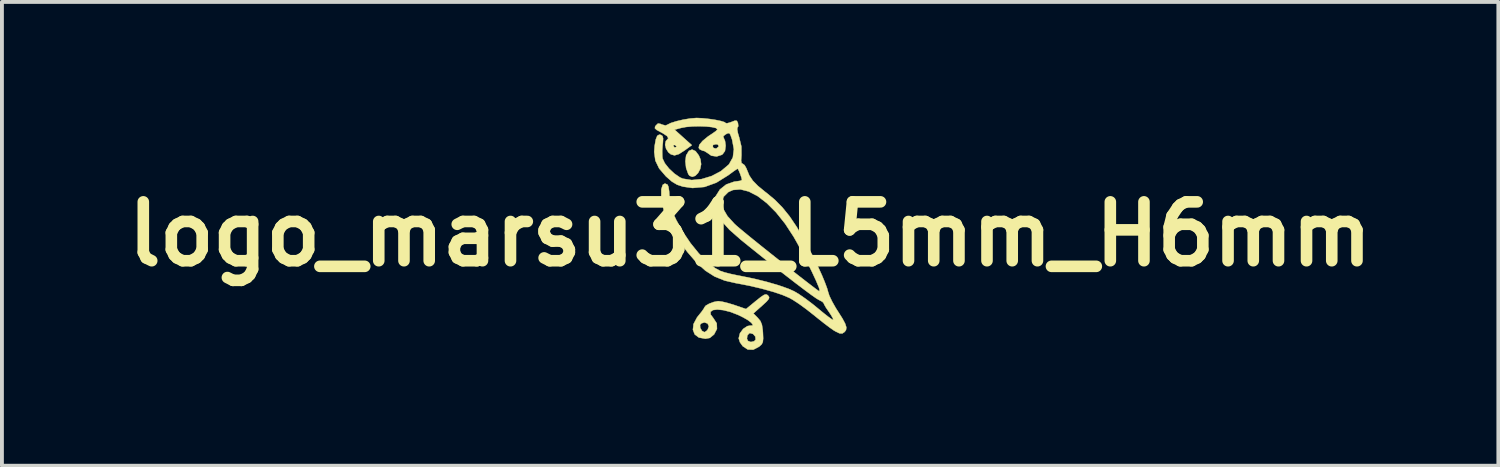
<source format=kicad_pcb>
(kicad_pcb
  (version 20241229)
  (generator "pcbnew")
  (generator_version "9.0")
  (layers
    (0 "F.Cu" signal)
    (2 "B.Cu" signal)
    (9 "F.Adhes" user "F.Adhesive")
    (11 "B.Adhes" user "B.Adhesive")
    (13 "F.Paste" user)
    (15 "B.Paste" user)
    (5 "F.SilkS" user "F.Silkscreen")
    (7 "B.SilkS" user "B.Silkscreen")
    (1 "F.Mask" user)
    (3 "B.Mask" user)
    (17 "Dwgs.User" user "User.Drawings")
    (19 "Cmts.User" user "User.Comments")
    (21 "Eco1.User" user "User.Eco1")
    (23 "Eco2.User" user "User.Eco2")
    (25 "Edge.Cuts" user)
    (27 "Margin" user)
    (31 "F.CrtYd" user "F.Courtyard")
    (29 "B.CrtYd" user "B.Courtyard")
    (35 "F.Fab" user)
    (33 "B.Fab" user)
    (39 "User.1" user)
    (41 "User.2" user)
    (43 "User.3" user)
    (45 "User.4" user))
  (footprint "logo_marsu31_L5mm_H6mm"
    (layer "F.Cu")
    (at 16.372 3.011)
    (property "Reference" "logo_marsu31_L5mm_H6mm" (at 0 0 0) (layer "F.SilkS") (effects (font (size 1.524 1.524) (thickness 0.3))))
    (attr through_hole)
    (fp_poly (pts (xy -1.413 -2.148) (xy -1.329 -2.037) (xy -1.286 -1.935) (xy -1.269 -1.81) (xy -1.293 -1.687) (xy -1.348 -1.582) (xy -1.421 -1.509) (xy -1.5 -1.482) (xy -1.573 -1.514) (xy -1.603 -1.557) (xy -1.658 -1.712) (xy -1.677 -1.886) (xy -1.658 -2.035) (xy -1.654 -2.044) (xy -1.586 -2.155) (xy -1.502 -2.189) (xy -1.413 -2.148)) (stroke (width 0.01) (type solid)) (fill yes) (layer "F.SilkS"))
    (fp_poly (pts (xy 0.452 1.579) (xy 0.465 1.592) (xy 0.492 1.632) (xy 0.484 1.676) (xy 0.431 1.741) (xy 0.323 1.841) (xy 0.306 1.856) (xy 0.084 2.054) (xy 0.198 2.169) (xy 0.266 2.251) (xy 0.305 2.347) (xy 0.326 2.487) (xy 0.331 2.553) (xy 0.337 2.703) (xy 0.328 2.795) (xy 0.297 2.855) (xy 0.236 2.911) (xy 0.232 2.914) (xy 0.081 2.993) (xy -0.062 2.988) (xy -0.192 2.902) (xy -0.264 2.801) (xy -0.293 2.711) (xy -0.083 2.711) (xy -0.056 2.766) (xy 0.019 2.794) (xy 0.103 2.774) (xy 0.142 2.732) (xy 0.134 2.653) (xy 0.076 2.586) (xy -0.003 2.563) (xy -0.022 2.567) (xy -0.073 2.625) (xy -0.083 2.711) (xy -0.293 2.711) (xy -0.296 2.7) (xy -0.296 2.696) (xy -0.264 2.568) (xy -0.181 2.455) (xy -0.073 2.383) (xy -0.012 2.371) (xy 0.064 2.366) (xy 0.064 2.337) (xy 0.025 2.291) (xy -0.05 2.232) (xy -0.175 2.159) (xy -0.309 2.093) (xy -0.514 2.014) (xy -0.698 1.968) (xy -0.851 1.953) (xy -0.963 1.967) (xy -1.024 2.011) (xy -1.023 2.081) (xy -0.954 2.174) (xy -0.865 2.31) (xy -0.859 2.454) (xy -0.934 2.598) (xy -1.044 2.688) (xy -1.158 2.709) (xy -1.326 2.679) (xy -1.435 2.597) (xy -1.482 2.475) (xy -1.467 2.35) (xy -1.297 2.35) (xy -1.293 2.427) (xy -1.247 2.505) (xy -1.185 2.54) (xy -1.185 2.54) (xy -1.135 2.511) (xy -1.101 2.477) (xy -1.068 2.388) (xy -1.102 2.315) (xy -1.185 2.286) (xy -1.267 2.313) (xy -1.297 2.35) (xy -1.467 2.35) (xy -1.464 2.325) (xy -1.375 2.158) (xy -1.333 2.105) (xy -1.251 2.003) (xy -1.197 1.925) (xy -1.185 1.898) (xy -1.149 1.852) (xy -1.059 1.801) (xy -0.944 1.758) (xy -0.835 1.737) (xy -0.817 1.737) (xy -0.718 1.751) (xy -0.571 1.787) (xy -0.407 1.837) (xy -0.402 1.839) (xy -0.106 1.94) (xy 0.147 1.732) (xy 0.277 1.629) (xy 0.36 1.574) (xy 0.413 1.56) (xy 0.452 1.579)) (stroke (width 0.01) (type solid)) (fill yes) (layer "F.SilkS"))
    (fp_poly (pts (xy -1.227 -2.999) (xy -1.058 -2.981) (xy -0.893 -2.956) (xy -0.754 -2.927) (xy -0.662 -2.898) (xy -0.635 -2.876) (xy -0.601 -2.868) (xy -0.517 -2.891) (xy -0.49 -2.901) (xy -0.393 -2.938) (xy -0.345 -2.933) (xy -0.319 -2.884) (xy -0.315 -2.869) (xy -0.307 -2.792) (xy -0.326 -2.763) (xy -0.336 -2.719) (xy -0.317 -2.615) (xy -0.285 -2.507) (xy -0.227 -2.268) (xy -0.225 -2.043) (xy -0.234 -1.907) (xy -0.222 -1.838) (xy -0.191 -1.82) (xy -0.143 -1.784) (xy -0.093 -1.693) (xy -0.082 -1.662) (xy -0.021 -1.516) (xy 0.069 -1.383) (xy 0.202 -1.247) (xy 0.392 -1.091) (xy 0.432 -1.061) (xy 0.64 -0.888) (xy 0.834 -0.691) (xy 1.021 -0.46) (xy 1.207 -0.184) (xy 1.4 0.145) (xy 1.607 0.538) (xy 1.769 0.869) (xy 1.859 1.066) (xy 1.936 1.252) (xy 1.992 1.403) (xy 2.018 1.495) (xy 2.052 1.6) (xy 2.124 1.749) (xy 2.219 1.917) (xy 2.271 1.998) (xy 2.39 2.186) (xy 2.461 2.32) (xy 2.491 2.415) (xy 2.482 2.483) (xy 2.447 2.532) (xy 2.386 2.573) (xy 2.315 2.57) (xy 2.209 2.519) (xy 2.159 2.489) (xy 2.066 2.424) (xy 1.928 2.32) (xy 1.766 2.192) (xy 1.632 2.084) (xy 1.453 1.943) (xy 1.269 1.809) (xy 1.104 1.701) (xy 1.013 1.65) (xy 0.827 1.571) (xy 0.578 1.489) (xy 0.286 1.408) (xy -0.028 1.335) (xy -0.343 1.274) (xy -0.36 1.272) (xy -0.658 1.204) (xy -0.919 1.099) (xy -1.157 0.948) (xy -1.387 0.74) (xy -1.624 0.465) (xy -1.698 0.369) (xy -1.932 0.027) (xy -2.113 -0.307) (xy -2.238 -0.622) (xy -2.301 -0.908) (xy -2.3 -1.155) (xy -2.3 -1.16) (xy -2.264 -1.275) (xy -2.206 -1.31) (xy -2.138 -1.28) (xy -2.115 -1.224) (xy -2.097 -1.11) (xy -2.089 -0.979) (xy -2.079 -0.824) (xy -2.049 -0.684) (xy -1.99 -0.529) (xy -1.913 -0.365) (xy -1.741 -0.058) (xy -1.544 0.234) (xy -1.332 0.496) (xy -1.116 0.716) (xy -0.91 0.879) (xy -0.77 0.955) (xy -0.662 0.991) (xy -0.5 1.032) (xy -0.315 1.071) (xy -0.261 1.081) (xy 0.093 1.153) (xy 0.432 1.237) (xy 0.738 1.326) (xy 0.993 1.416) (xy 1.141 1.482) (xy 1.272 1.561) (xy 1.441 1.678) (xy 1.624 1.817) (xy 1.754 1.923) (xy 1.903 2.046) (xy 2.028 2.144) (xy 2.116 2.206) (xy 2.152 2.222) (xy 2.142 2.179) (xy 2.091 2.091) (xy 2.039 2.014) (xy 1.964 1.904) (xy 1.916 1.82) (xy 1.905 1.791) (xy 1.87 1.751) (xy 1.789 1.709) (xy 1.72 1.669) (xy 1.592 1.58) (xy 1.412 1.447) (xy 1.186 1.276) (xy 0.921 1.071) (xy 0.622 0.837) (xy 0.297 0.579) (xy -0.049 0.302) (xy -0.243 0.145) (xy -0.536 -0.113) (xy -0.748 -0.348) (xy -0.879 -0.561) (xy -0.93 -0.751) (xy -0.931 -0.778) (xy -0.923 -0.821) (xy -0.73 -0.821) (xy -0.696 -0.652) (xy -0.587 -0.465) (xy -0.402 -0.262) (xy -0.345 -0.21) (xy -0.243 -0.124) (xy -0.096 -0.002) (xy 0.087 0.147) (xy 0.297 0.316) (xy 0.524 0.497) (xy 0.758 0.683) (xy 0.989 0.866) (xy 1.208 1.039) (xy 1.406 1.193) (xy 1.572 1.321) (xy 1.697 1.416) (xy 1.771 1.47) (xy 1.788 1.479) (xy 1.798 1.448) (xy 1.781 1.384) (xy 1.708 1.209) (xy 1.603 0.983) (xy 1.479 0.729) (xy 1.347 0.47) (xy 1.217 0.229) (xy 1.125 0.067) (xy 0.904 -0.271) (xy 0.671 -0.562) (xy 0.432 -0.801) (xy 0.195 -0.983) (xy -0.036 -1.103) (xy -0.251 -1.158) (xy -0.446 -1.142) (xy -0.565 -1.088) (xy -0.686 -0.968) (xy -0.73 -0.821) (xy -0.923 -0.821) (xy -0.892 -0.981) (xy -0.783 -1.155) (xy -0.619 -1.285) (xy -0.412 -1.358) (xy -0.339 -1.367) (xy -0.25 -1.381) (xy -0.212 -1.401) (xy -0.212 -1.401) (xy -0.225 -1.462) (xy -0.256 -1.554) (xy -0.292 -1.641) (xy -0.319 -1.691) (xy -0.323 -1.693) (xy -0.364 -1.67) (xy -0.453 -1.608) (xy -0.565 -1.525) (xy -0.875 -1.332) (xy -1.182 -1.221) (xy -1.492 -1.194) (xy -1.739 -1.229) (xy -1.891 -1.279) (xy -2.026 -1.36) (xy -2.176 -1.491) (xy -2.183 -1.498) (xy -2.356 -1.7) (xy -2.454 -1.903) (xy -2.484 -2.128) (xy -2.473 -2.28) (xy -2.443 -2.45) (xy -2.405 -2.545) (xy -2.352 -2.576) (xy -2.308 -2.567) (xy -2.268 -2.538) (xy -2.253 -2.476) (xy -2.26 -2.359) (xy -2.266 -2.312) (xy -2.277 -2.155) (xy -2.274 -2.012) (xy -2.267 -1.956) (xy -2.209 -1.834) (xy -2.1 -1.696) (xy -1.962 -1.567) (xy -1.818 -1.468) (xy -1.743 -1.435) (xy -1.513 -1.399) (xy -1.257 -1.424) (xy -0.997 -1.503) (xy -0.757 -1.629) (xy -0.56 -1.795) (xy -0.547 -1.809) (xy -0.448 -1.984) (xy -0.421 -2.198) (xy -0.466 -2.442) (xy -0.472 -2.46) (xy -0.51 -2.569) (xy -0.54 -2.614) (xy -0.582 -2.61) (xy -0.636 -2.582) (xy -0.697 -2.533) (xy -0.682 -2.485) (xy -0.682 -2.485) (xy -0.651 -2.415) (xy -0.635 -2.301) (xy -0.635 -2.279) (xy -0.652 -2.151) (xy -0.711 -2.07) (xy -0.736 -2.052) (xy -0.867 -2.01) (xy -1.005 -2.03) (xy -1.104 -2.1) (xy -1.186 -2.151) (xy -1.228 -2.159) (xy -1.305 -2.194) (xy -1.331 -2.232) (xy -1.327 -2.256) (xy -0.966 -2.256) (xy -0.945 -2.229) (xy -0.882 -2.213) (xy -0.824 -2.257) (xy -0.814 -2.278) (xy -0.835 -2.318) (xy -0.885 -2.328) (xy -0.962 -2.308) (xy -0.966 -2.256) (xy -1.327 -2.256) (xy -1.317 -2.309) (xy -1.234 -2.41) (xy -1.091 -2.528) (xy -0.963 -2.613) (xy -0.883 -2.671) (xy -0.847 -2.712) (xy -0.847 -2.713) (xy -0.886 -2.746) (xy -0.989 -2.77) (xy -1.138 -2.786) (xy -1.313 -2.792) (xy -1.495 -2.788) (xy -1.663 -2.773) (xy -1.793 -2.748) (xy -1.956 -2.703) (xy -1.733 -2.503) (xy -1.51 -2.303) (xy -1.695 -2.168) (xy -1.845 -2.072) (xy -1.958 -2.038) (xy -2.053 -2.065) (xy -2.117 -2.117) (xy -2.177 -2.212) (xy -2.194 -2.288) (xy -1.99 -2.288) (xy -1.959 -2.245) (xy -1.947 -2.244) (xy -1.906 -2.258) (xy -1.905 -2.262) (xy -1.935 -2.298) (xy -1.947 -2.307) (xy -1.986 -2.304) (xy -1.99 -2.288) (xy -2.194 -2.288) (xy -2.201 -2.321) (xy -2.183 -2.409) (xy -2.159 -2.434) (xy -2.119 -2.482) (xy -2.151 -2.538) (xy -2.258 -2.609) (xy -2.308 -2.636) (xy -2.419 -2.696) (xy -2.466 -2.739) (xy -2.461 -2.782) (xy -2.442 -2.811) (xy -2.386 -2.864) (xy -2.317 -2.852) (xy -2.291 -2.839) (xy -2.192 -2.811) (xy -2.143 -2.832) (xy -2.055 -2.876) (xy -1.909 -2.922) (xy -1.733 -2.963) (xy -1.552 -2.993) (xy -1.394 -3.006) (xy -1.381 -3.006) (xy -1.227 -2.999)) (stroke (width 0.01) (type solid)) (fill yes) (layer "F.SilkS")))
  (gr_rect
    (start -3 -3)
    (end 35.744 9.009)
    (stroke (width 0.1) (type default))
    (fill no)
    (layer "Edge.Cuts")))
</source>
